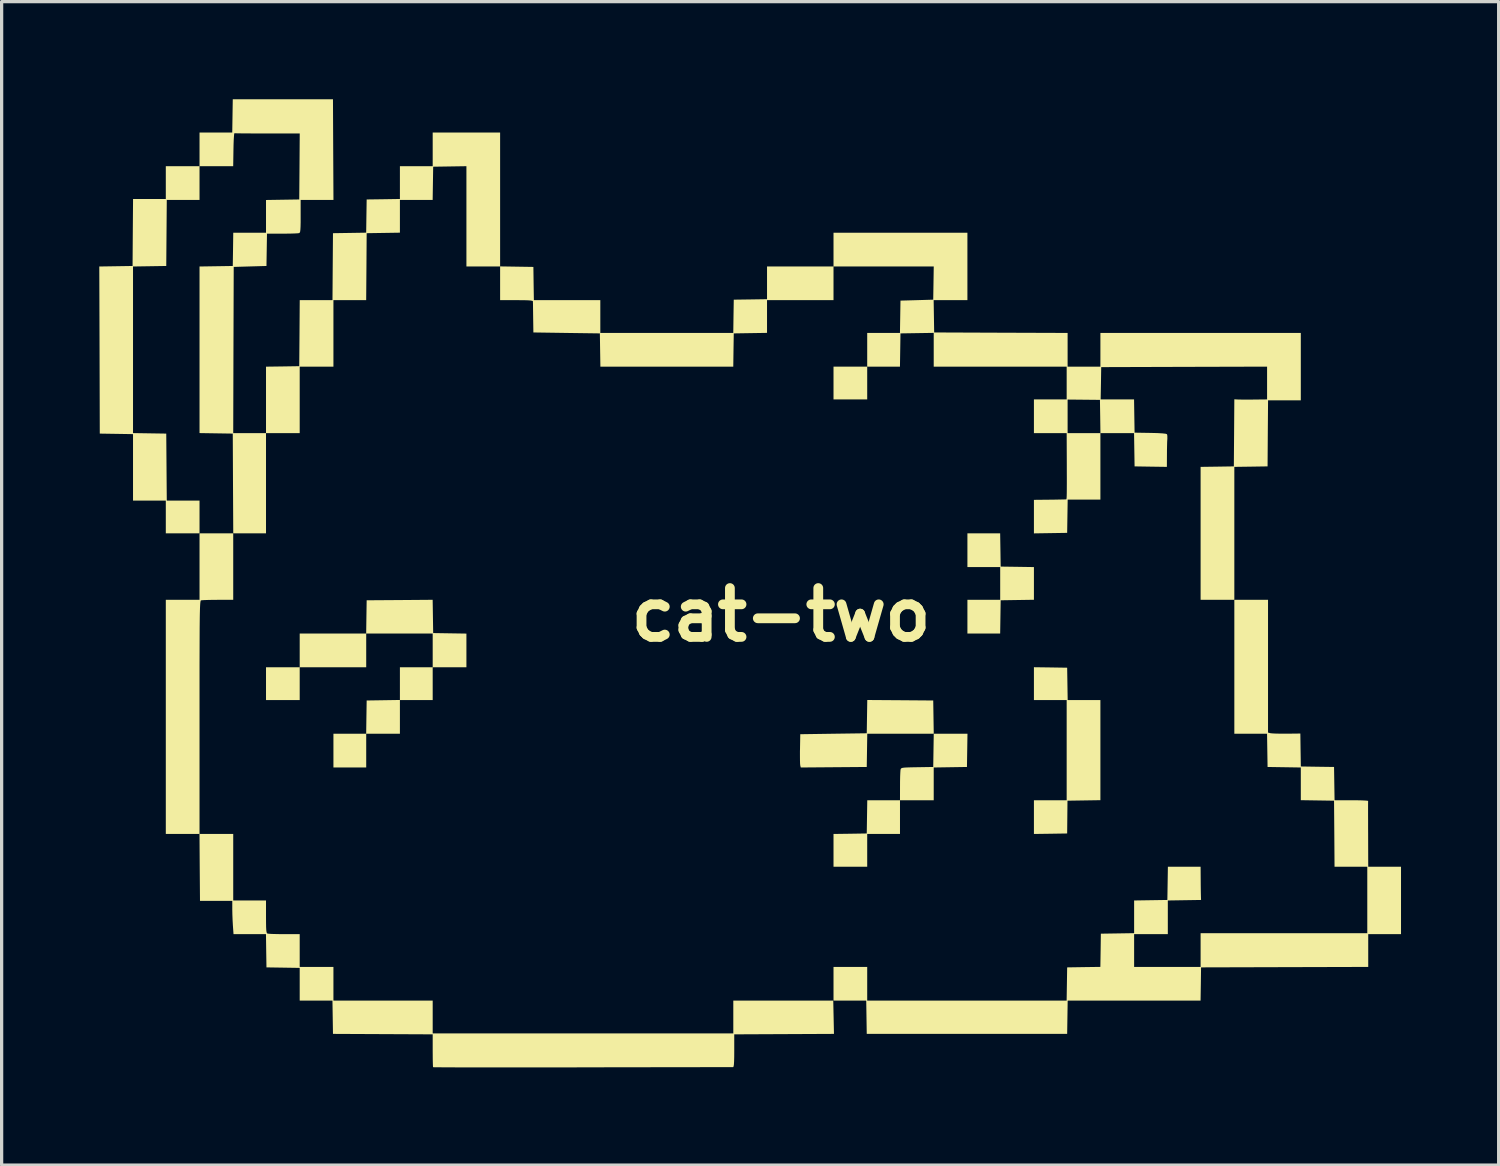
<source format=kicad_pcb>
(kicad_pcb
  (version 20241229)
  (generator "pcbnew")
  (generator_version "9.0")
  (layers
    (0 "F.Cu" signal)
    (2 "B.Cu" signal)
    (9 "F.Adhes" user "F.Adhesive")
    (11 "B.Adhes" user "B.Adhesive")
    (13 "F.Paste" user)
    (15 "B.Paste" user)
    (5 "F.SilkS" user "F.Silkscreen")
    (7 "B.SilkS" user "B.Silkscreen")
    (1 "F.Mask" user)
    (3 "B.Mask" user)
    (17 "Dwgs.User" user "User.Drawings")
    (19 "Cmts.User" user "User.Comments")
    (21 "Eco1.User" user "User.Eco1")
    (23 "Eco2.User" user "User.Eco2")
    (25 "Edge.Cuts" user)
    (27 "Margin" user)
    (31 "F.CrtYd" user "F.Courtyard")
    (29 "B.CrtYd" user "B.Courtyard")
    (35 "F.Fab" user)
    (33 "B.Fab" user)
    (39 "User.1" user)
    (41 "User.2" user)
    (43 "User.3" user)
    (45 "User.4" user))
  (footprint "cat-two"
    (layer "F.Cu")
    (at 20.942 15.835)
    (property "Reference" "cat-two" (at 0 0 0) (layer "F.SilkS") (effects (font (size 1.5 1.5) (thickness 0.3))))
    (attr board_only exclude_from_pos_files exclude_from_bom)
    (fp_poly (pts (xy 2.646 -7.119) (xy 2.646 -6.616) (xy 2.129 -6.616) (xy 1.611 -6.616) (xy 1.611 -7.119) (xy 1.611 -7.623) (xy 2.129 -7.623) (xy 2.646 -7.623)) (stroke (width 0) (type solid)) (fill yes) (layer "F.SilkS"))
    (fp_poly (pts (xy 3.661 2.624) (xy 4.674 2.632) (xy 4.682 3.143) (xy 4.69 3.653) (xy 3.669 3.653) (xy 2.648 3.653) (xy 2.64 4.164) (xy 2.632 4.674) (xy 1.619 4.682) (xy 0.605 4.69) (xy 0.589 4.624) (xy 0.584 4.574) (xy 0.581 4.477) (xy 0.58 4.347) (xy 0.58 4.194) (xy 0.582 4.113) (xy 0.59 3.668) (xy 1.611 3.653) (xy 2.632 3.639) (xy 2.64 3.128) (xy 2.648 2.617)) (stroke (width 0) (type solid)) (fill yes) (layer "F.SilkS"))
    (fp_poly (pts (xy 6.738 -1.992) (xy 6.746 -1.481) (xy 7.256 -1.474) (xy 7.767 -1.466) (xy 7.767 -0.964) (xy 7.767 -0.462) (xy 7.256 -0.454) (xy 6.746 -0.446) (xy 6.738 0.065) (xy 6.73 0.575) (xy 6.227 0.575) (xy 5.724 0.575) (xy 5.724 0.058) (xy 5.724 -0.46) (xy 6.228 -0.46) (xy 6.731 -0.46) (xy 6.731 -0.964) (xy 6.731 -1.467) (xy 6.228 -1.467) (xy 5.724 -1.467) (xy 5.724 -1.985) (xy 5.724 -2.503) (xy 6.227 -2.503) (xy 6.73 -2.503)) (stroke (width 0) (type solid)) (fill yes) (layer "F.SilkS"))
    (fp_poly (pts (xy 8.277 1.617) (xy 8.788 1.625) (xy 8.796 2.121) (xy 8.804 2.618) (xy 9.306 2.618) (xy 9.809 2.618) (xy 9.809 4.156) (xy 9.809 5.694) (xy 9.304 5.702) (xy 8.798 5.71) (xy 8.793 6.213) (xy 8.788 6.717) (xy 8.277 6.725) (xy 7.767 6.732) (xy 7.767 6.214) (xy 7.767 5.696) (xy 8.27 5.696) (xy 8.773 5.696) (xy 8.773 4.157) (xy 8.773 2.618) (xy 8.27 2.618) (xy 7.767 2.618) (xy 7.767 2.114) (xy 7.767 1.61)) (stroke (width 0) (type solid)) (fill yes) (layer "F.SilkS"))
    (fp_poly (pts (xy 5.718 4.164) (xy 5.71 4.674) (xy 5.199 4.682) (xy 4.689 4.69) (xy 4.689 5.193) (xy 4.689 5.696) (xy 4.171 5.696) (xy 3.653 5.696) (xy 3.653 6.213) (xy 3.653 6.731) (xy 3.15 6.731) (xy 2.646 6.731) (xy 2.646 7.235) (xy 2.646 7.738) (xy 2.129 7.738) (xy 1.611 7.738) (xy 1.611 7.235) (xy 1.611 6.732) (xy 2.121 6.725) (xy 2.632 6.717) (xy 2.64 6.206) (xy 2.648 5.696) (xy 3.15 5.696) (xy 3.653 5.696) (xy 3.654 5.257) (xy 3.655 5.099) (xy 3.658 4.957) (xy 3.663 4.844) (xy 3.668 4.771) (xy 3.671 4.754) (xy 3.679 4.731) (xy 3.695 4.714) (xy 3.727 4.702) (xy 3.783 4.694) (xy 3.871 4.689) (xy 4.001 4.685) (xy 4.179 4.682) (xy 4.181 4.682) (xy 4.674 4.674) (xy 4.682 4.164) (xy 4.69 3.653) (xy 5.208 3.653) (xy 5.726 3.653)) (stroke (width 0) (type solid)) (fill yes) (layer "F.SilkS"))
    (fp_poly (pts (xy -10.694 0.05) (xy -10.686 0.561) (xy -10.176 0.569) (xy -9.665 0.577) (xy -9.665 1.094) (xy -9.665 1.611) (xy -10.183 1.611) (xy -10.701 1.611) (xy -10.701 2.114) (xy -10.701 2.618) (xy -11.204 2.618) (xy -11.708 2.618) (xy -11.708 3.135) (xy -11.708 3.653) (xy -12.225 3.653) (xy -12.743 3.653) (xy -12.743 4.171) (xy -12.743 4.689) (xy -13.247 4.689) (xy -13.75 4.689) (xy -13.75 4.171) (xy -13.75 3.653) (xy -13.247 3.653) (xy -12.744 3.653) (xy -12.737 3.143) (xy -12.729 2.632) (xy -12.218 2.624) (xy -11.708 2.616) (xy -11.708 2.114) (xy -11.708 1.611) (xy -11.204 1.611) (xy -10.701 1.611) (xy -10.701 1.093) (xy -10.701 0.575) (xy -11.722 0.575) (xy -12.743 0.575) (xy -12.743 1.093) (xy -12.743 1.611) (xy -13.764 1.611) (xy -14.786 1.611) (xy -14.786 2.114) (xy -14.786 2.618) (xy -15.303 2.618) (xy -15.821 2.618) (xy -15.821 2.114) (xy -15.821 1.611) (xy -15.303 1.611) (xy -14.786 1.611) (xy -14.786 1.093) (xy -14.786 0.575) (xy -13.765 0.575) (xy -12.744 0.575) (xy -12.737 0.065) (xy -12.729 -0.446) (xy -11.715 -0.453) (xy -10.702 -0.461)) (stroke (width 0) (type solid)) (fill yes) (layer "F.SilkS"))
    (fp_poly (pts (xy 1.611 11.334) (xy 1.611 10.816) (xy 2.129 10.816) (xy 2.646 10.816) (xy 2.646 11.334) (xy 2.646 11.851) (xy 5.709 11.851) (xy 8.772 11.851) (xy 8.78 11.341) (xy 8.788 10.83) (xy 9.298 10.822) (xy 9.808 10.815) (xy 9.816 10.305) (xy 9.823 9.795) (xy 10.334 9.787) (xy 10.845 9.779) (xy 10.845 9.277) (xy 10.845 8.775) (xy 11.355 8.767) (xy 11.866 8.759) (xy 11.874 8.249) (xy 11.882 7.738) (xy 12.384 7.738) (xy 12.887 7.738) (xy 12.89 8.148) (xy 12.891 8.305) (xy 12.893 8.449) (xy 12.895 8.568) (xy 12.897 8.646) (xy 12.897 8.658) (xy 12.901 8.759) (xy 12.391 8.767) (xy 11.88 8.775) (xy 11.88 9.292) (xy 11.88 9.809) (xy 11.362 9.809) (xy 10.845 9.809) (xy 10.845 10.312) (xy 10.845 10.816) (xy 11.866 10.816) (xy 12.887 10.816) (xy 12.887 10.298) (xy 12.887 9.78) (xy 15.447 9.78) (xy 18.007 9.78) (xy 18.007 8.759) (xy 18.007 7.738) (xy 17.504 7.738) (xy 17.001 7.738) (xy 16.994 6.724) (xy 16.986 5.71) (xy 16.475 5.702) (xy 15.965 5.694) (xy 15.965 5.192) (xy 15.965 4.69) (xy 15.454 4.682) (xy 14.944 4.674) (xy 14.936 4.164) (xy 14.928 3.653) (xy 14.425 3.653) (xy 13.923 3.653) (xy 13.923 1.596) (xy 13.923 -0.46) (xy 14.44 -0.46) (xy 14.958 -0.46) (xy 14.958 1.579) (xy 14.958 3.618) (xy 15.033 3.637) (xy 15.088 3.643) (xy 15.188 3.648) (xy 15.32 3.651) (xy 15.472 3.652) (xy 15.529 3.652) (xy 15.951 3.647) (xy 15.958 4.153) (xy 15.966 4.659) (xy 16.476 4.667) (xy 16.986 4.674) (xy 16.994 5.185) (xy 17.002 5.696) (xy 17.519 5.696) (xy 17.684 5.697) (xy 17.827 5.7) (xy 17.938 5.705) (xy 18.01 5.711) (xy 18.033 5.717) (xy 18.032 5.75) (xy 18.031 5.834) (xy 18.031 5.961) (xy 18.031 6.127) (xy 18.032 6.322) (xy 18.032 6.542) (xy 18.033 6.738) (xy 18.036 7.738) (xy 18.539 7.738) (xy 19.043 7.738) (xy 19.043 8.774) (xy 19.043 9.809) (xy 18.539 9.809) (xy 18.036 9.809) (xy 18.036 10.312) (xy 18.036 10.816) (xy 15.469 10.823) (xy 12.901 10.83) (xy 12.894 11.341) (xy 12.886 11.851) (xy 10.845 11.851) (xy 8.804 11.851) (xy 8.796 12.362) (xy 8.788 12.873) (xy 5.71 12.873) (xy 2.632 12.873) (xy 2.624 12.362) (xy 2.616 11.851) (xy 2.11 11.851) (xy 1.603 11.851) (xy 1.614 12.362) (xy 1.625 12.873) (xy 0.093 12.88) (xy -1.438 12.887) (xy -1.438 13.391) (xy -1.439 13.582) (xy -1.443 13.722) (xy -1.449 13.817) (xy -1.458 13.872) (xy -1.471 13.893) (xy -1.474 13.894) (xy -1.507 13.894) (xy -1.593 13.894) (xy -1.731 13.894) (xy -1.918 13.894) (xy -2.149 13.895) (xy -2.423 13.895) (xy -2.736 13.896) (xy -3.085 13.896) (xy -3.466 13.897) (xy -3.877 13.897) (xy -4.315 13.898) (xy -4.777 13.899) (xy -5.259 13.899) (xy -5.759 13.9) (xy -6.094 13.901) (xy -6.602 13.902) (xy -7.096 13.902) (xy -7.57 13.903) (xy -8.023 13.903) (xy -8.451 13.903) (xy -8.85 13.903) (xy -9.219 13.903) (xy -9.554 13.902) (xy -9.852 13.902) (xy -10.109 13.901) (xy -10.323 13.9) (xy -10.491 13.899) (xy -10.609 13.898) (xy -10.675 13.897) (xy -10.689 13.896) (xy -10.693 13.865) (xy -10.696 13.786) (xy -10.699 13.668) (xy -10.7 13.521) (xy -10.701 13.386) (xy -10.701 12.887) (xy -12.233 12.88) (xy -13.764 12.873) (xy -13.772 12.362) (xy -13.78 11.851) (xy -14.283 11.851) (xy -14.786 11.851) (xy -14.786 11.349) (xy -14.786 10.846) (xy -15.296 10.838) (xy -15.807 10.83) (xy -15.815 10.32) (xy -15.822 9.809) (xy -16.321 9.809) (xy -16.819 9.809) (xy -16.838 9.546) (xy -16.847 9.387) (xy -16.854 9.211) (xy -16.857 9.053) (xy -16.857 9.035) (xy -16.857 8.788) (xy -17.353 8.788) (xy -17.849 8.788) (xy -17.857 7.76) (xy -17.864 6.731) (xy -18.382 6.731) (xy -18.899 6.731) (xy -18.899 3.135) (xy -18.899 -0.46) (xy -18.381 -0.46) (xy -17.863 -0.46) (xy -17.863 -1.481) (xy -17.863 -2.503) (xy -17.346 -2.503) (xy -16.828 -2.503) (xy -16.828 -1.481) (xy -16.828 -0.46) (xy -17.3 -0.46) (xy -17.462 -0.459) (xy -17.606 -0.456) (xy -17.72 -0.452) (xy -17.795 -0.447) (xy -17.818 -0.443) (xy -17.825 -0.436) (xy -17.831 -0.42) (xy -17.836 -0.392) (xy -17.841 -0.348) (xy -17.845 -0.286) (xy -17.849 -0.203) (xy -17.852 -0.096) (xy -17.855 0.038) (xy -17.857 0.203) (xy -17.859 0.4) (xy -17.86 0.633) (xy -17.861 0.905) (xy -17.862 1.219) (xy -17.863 1.577) (xy -17.863 1.983) (xy -17.863 2.44) (xy -17.863 2.95) (xy -17.863 3.153) (xy -17.863 6.731) (xy -17.346 6.731) (xy -16.828 6.731) (xy -16.828 7.752) (xy -16.828 8.774) (xy -16.324 8.774) (xy -15.821 8.774) (xy -15.821 9.274) (xy -15.82 9.458) (xy -15.818 9.592) (xy -15.813 9.685) (xy -15.805 9.743) (xy -15.794 9.776) (xy -15.777 9.791) (xy -15.776 9.792) (xy -15.732 9.797) (xy -15.643 9.803) (xy -15.517 9.806) (xy -15.366 9.809) (xy -15.258 9.809) (xy -14.786 9.809) (xy -14.786 10.312) (xy -14.786 10.816) (xy -14.268 10.816) (xy -13.75 10.816) (xy -13.75 11.334) (xy -13.75 11.851) (xy -12.225 11.851) (xy -10.701 11.851) (xy -10.701 12.355) (xy -10.701 12.858) (xy -6.084 12.858) (xy -1.467 12.858) (xy -1.467 12.355) (xy -1.467 11.851) (xy 0.072 11.851) (xy 1.611 11.851)) (stroke (width 0) (type solid)) (fill yes) (layer "F.SilkS"))
    (fp_poly (pts (xy -13.757 -14.289) (xy -13.749 -12.743) (xy -14.253 -12.743) (xy -14.757 -12.743) (xy -14.757 -12.243) (xy -14.757 -12.059) (xy -14.76 -11.925) (xy -14.765 -11.832) (xy -14.772 -11.773) (xy -14.784 -11.741) (xy -14.8 -11.726) (xy -14.802 -11.725) (xy -14.845 -11.719) (xy -14.935 -11.714) (xy -15.061 -11.71) (xy -15.212 -11.708) (xy -15.319 -11.708) (xy -15.791 -11.708) (xy -15.799 -11.211) (xy -15.807 -10.715) (xy -16.31 -10.701) (xy -16.813 -10.686) (xy -16.821 -8.133) (xy -16.828 -5.581) (xy -16.325 -5.581) (xy -15.821 -5.581) (xy -15.821 -6.601) (xy -15.821 -7.622) (xy -15.31 -7.629) (xy -14.8 -7.637) (xy -14.792 -8.651) (xy -14.785 -9.665) (xy -14.282 -9.665) (xy -13.779 -9.665) (xy -13.772 -10.694) (xy -13.764 -11.722) (xy -13.254 -11.73) (xy -12.744 -11.738) (xy -12.737 -12.248) (xy -12.729 -12.758) (xy -12.218 -12.765) (xy -11.708 -12.773) (xy -11.708 -13.276) (xy -11.708 -13.779) (xy -11.204 -13.779) (xy -10.701 -13.779) (xy -10.701 -14.296) (xy -10.701 -14.814) (xy -9.665 -14.814) (xy -8.63 -14.814) (xy -8.63 -12.758) (xy -8.63 -10.702) (xy -8.119 -10.694) (xy -7.608 -10.686) (xy -7.601 -10.176) (xy -7.593 -9.665) (xy -6.572 -9.665) (xy -5.552 -9.665) (xy -5.552 -9.162) (xy -5.552 -8.658) (xy -3.51 -8.658) (xy -1.468 -8.658) (xy -1.461 -9.169) (xy -1.453 -9.68) (xy -0.942 -9.687) (xy -0.431 -9.695) (xy -0.431 -10.198) (xy -0.431 -10.701) (xy 0.59 -10.701) (xy 1.611 -10.701) (xy 1.611 -11.219) (xy 1.611 -11.736) (xy 3.668 -11.736) (xy 5.724 -11.736) (xy 5.724 -10.701) (xy 5.724 -9.665) (xy 5.206 -9.665) (xy 4.687 -9.665) (xy 4.695 -9.169) (xy 4.703 -8.673) (xy 6.753 -8.665) (xy 8.802 -8.658) (xy 8.802 -8.14) (xy 8.802 -7.623) (xy 9.306 -7.623) (xy 9.809 -7.623) (xy 9.809 -8.141) (xy 9.809 -8.658) (xy 12.887 -8.658) (xy 15.965 -8.658) (xy 15.965 -7.623) (xy 15.965 -6.587) (xy 15.462 -6.587) (xy 14.959 -6.587) (xy 14.951 -5.573) (xy 14.944 -4.559) (xy 14.433 -4.551) (xy 13.923 -4.544) (xy 13.923 -2.502) (xy 13.923 -0.46) (xy 13.405 -0.46) (xy 12.887 -0.46) (xy 12.887 -2.502) (xy 12.887 -4.544) (xy 13.398 -4.551) (xy 13.908 -4.559) (xy 13.916 -5.59) (xy 13.923 -6.62) (xy 14.016 -6.614) (xy 14.079 -6.612) (xy 14.185 -6.611) (xy 14.322 -6.611) (xy 14.476 -6.611) (xy 14.519 -6.612) (xy 14.929 -6.616) (xy 14.929 -7.12) (xy 14.929 -7.623) (xy 12.382 -7.616) (xy 9.834 -7.608) (xy 9.826 -7.112) (xy 9.817 -6.616) (xy 10.33 -6.616) (xy 10.843 -6.616) (xy 10.851 -6.105) (xy 10.859 -5.595) (xy 11.347 -5.587) (xy 11.559 -5.582) (xy 11.714 -5.573) (xy 11.813 -5.562) (xy 11.854 -5.547) (xy 11.855 -5.547) (xy 11.865 -5.499) (xy 11.866 -5.421) (xy 11.865 -5.396) (xy 11.86 -5.322) (xy 11.857 -5.205) (xy 11.854 -5.063) (xy 11.853 -4.911) (xy 11.853 -4.911) (xy 11.851 -4.544) (xy 11.355 -4.551) (xy 10.859 -4.559) (xy 10.851 -5.07) (xy 10.843 -5.581) (xy 10.327 -5.581) (xy 9.81 -5.581) (xy 9.803 -6.091) (xy 9.795 -6.602) (xy 9.298 -6.607) (xy 8.802 -6.612) (xy 8.802 -6.096) (xy 8.802 -5.581) (xy 9.306 -5.581) (xy 9.809 -5.581) (xy 9.809 -4.559) (xy 9.809 -3.538) (xy 9.306 -3.538) (xy 8.804 -3.538) (xy 8.796 -3.028) (xy 8.788 -2.517) (xy 8.277 -2.509) (xy 7.767 -2.501) (xy 7.767 -3.016) (xy 7.767 -3.531) (xy 8.262 -3.536) (xy 8.424 -3.538) (xy 8.565 -3.541) (xy 8.674 -3.543) (xy 8.743 -3.545) (xy 8.763 -3.547) (xy 8.767 -3.561) (xy 8.771 -3.593) (xy 8.774 -3.651) (xy 8.776 -3.737) (xy 8.777 -3.859) (xy 8.778 -4.02) (xy 8.778 -4.226) (xy 8.777 -4.481) (xy 8.777 -4.624) (xy 8.773 -5.581) (xy 8.27 -5.581) (xy 7.767 -5.581) (xy 7.767 -6.098) (xy 7.767 -6.616) (xy 8.27 -6.616) (xy 8.773 -6.616) (xy 8.773 -7.119) (xy 8.773 -7.623) (xy 6.731 -7.623) (xy 4.689 -7.623) (xy 4.689 -8.141) (xy 4.689 -8.66) (xy 4.178 -8.652) (xy 3.668 -8.644) (xy 3.66 -8.133) (xy 3.652 -7.623) (xy 3.149 -7.623) (xy 2.646 -7.623) (xy 2.646 -8.141) (xy 2.646 -8.658) (xy 3.149 -8.658) (xy 3.652 -8.658) (xy 3.66 -9.155) (xy 3.668 -9.651) (xy 4.171 -9.665) (xy 4.674 -9.68) (xy 4.682 -10.19) (xy 4.69 -10.701) (xy 3.15 -10.701) (xy 1.611 -10.701) (xy 1.611 -10.183) (xy 1.611 -9.665) (xy 0.59 -9.665) (xy -0.431 -9.665) (xy -0.431 -9.162) (xy -0.431 -8.66) (xy -0.942 -8.652) (xy -1.453 -8.644) (xy -1.461 -8.133) (xy -1.468 -7.623) (xy -3.509 -7.623) (xy -5.55 -7.623) (xy -5.558 -8.133) (xy -5.566 -8.644) (xy -6.587 -8.658) (xy -7.608 -8.673) (xy -7.615 -9.133) (xy -7.617 -9.292) (xy -7.619 -9.432) (xy -7.62 -9.542) (xy -7.622 -9.611) (xy -7.622 -9.629) (xy -7.636 -9.643) (xy -7.683 -9.653) (xy -7.768 -9.66) (xy -7.897 -9.664) (xy -8.077 -9.665) (xy -8.126 -9.665) (xy -8.63 -9.665) (xy -8.63 -10.183) (xy -8.63 -10.701) (xy -9.147 -10.701) (xy -9.665 -10.701) (xy -9.665 -12.24) (xy -9.665 -13.78) (xy -10.176 -13.772) (xy -10.686 -13.764) (xy -10.694 -13.254) (xy -10.702 -12.743) (xy -11.205 -12.743) (xy -11.708 -12.743) (xy -11.708 -12.24) (xy -11.708 -11.738) (xy -12.218 -11.73) (xy -12.729 -11.722) (xy -12.736 -10.694) (xy -12.744 -9.665) (xy -13.247 -9.665) (xy -13.75 -9.665) (xy -13.75 -8.644) (xy -13.75 -7.623) (xy -14.268 -7.623) (xy -14.786 -7.623) (xy -14.786 -6.602) (xy -14.786 -5.581) (xy -15.303 -5.581) (xy -15.821 -5.581) (xy -15.821 -4.042) (xy -15.821 -2.503) (xy -16.324 -2.503) (xy -16.827 -2.503) (xy -16.835 -4.034) (xy -16.842 -5.566) (xy -17.353 -5.574) (xy -17.863 -5.582) (xy -17.863 -8.141) (xy -17.863 -10.699) (xy -17.353 -10.707) (xy -16.842 -10.715) (xy -16.834 -11.226) (xy -16.827 -11.736) (xy -16.324 -11.736) (xy -15.821 -11.736) (xy -15.821 -12.239) (xy -15.821 -12.742) (xy -15.31 -12.75) (xy -14.8 -12.758) (xy -14.792 -13.772) (xy -14.785 -14.786) (xy -15.778 -14.786) (xy -16.011 -14.786) (xy -16.227 -14.786) (xy -16.417 -14.787) (xy -16.575 -14.788) (xy -16.695 -14.79) (xy -16.769 -14.791) (xy -16.792 -14.793) (xy -16.799 -14.768) (xy -16.806 -14.694) (xy -16.813 -14.581) (xy -16.818 -14.438) (xy -16.821 -14.289) (xy -16.829 -13.779) (xy -17.346 -13.779) (xy -17.863 -13.779) (xy -17.863 -13.261) (xy -17.863 -12.743) (xy -18.366 -12.743) (xy -18.869 -12.743) (xy -18.877 -11.729) (xy -18.885 -10.715) (xy -19.395 -10.707) (xy -19.906 -10.699) (xy -19.906 -8.141) (xy -19.906 -5.582) (xy -19.395 -5.574) (xy -18.885 -5.566) (xy -18.877 -4.538) (xy -18.869 -3.509) (xy -18.366 -3.509) (xy -17.863 -3.509) (xy -17.863 -3.006) (xy -17.863 -2.503) (xy -18.381 -2.503) (xy -18.899 -2.503) (xy -18.899 -3.006) (xy -18.899 -3.509) (xy -19.402 -3.509) (xy -19.906 -3.509) (xy -19.906 -4.53) (xy -19.906 -5.55) (xy -20.416 -5.558) (xy -20.927 -5.566) (xy -20.934 -8.133) (xy -20.942 -10.699) (xy -20.431 -10.707) (xy -19.92 -10.715) (xy -19.913 -11.744) (xy -19.905 -12.772) (xy -19.402 -12.772) (xy -18.899 -12.772) (xy -18.899 -13.275) (xy -18.899 -13.779) (xy -18.381 -13.779) (xy -17.863 -13.779) (xy -17.863 -14.296) (xy -17.863 -14.814) (xy -17.361 -14.814) (xy -16.858 -14.814) (xy -16.85 -15.325) (xy -16.842 -15.835) (xy -15.303 -15.835) (xy -13.764 -15.835)) (stroke (width 0) (type solid)) (fill yes) (layer "F.SilkS")))
  (gr_rect
    (start -3 -3)
    (end 42.984 32.738)
    (stroke (width 0.1) (type default))
    (fill no)
    (layer "Edge.Cuts")))
</source>
